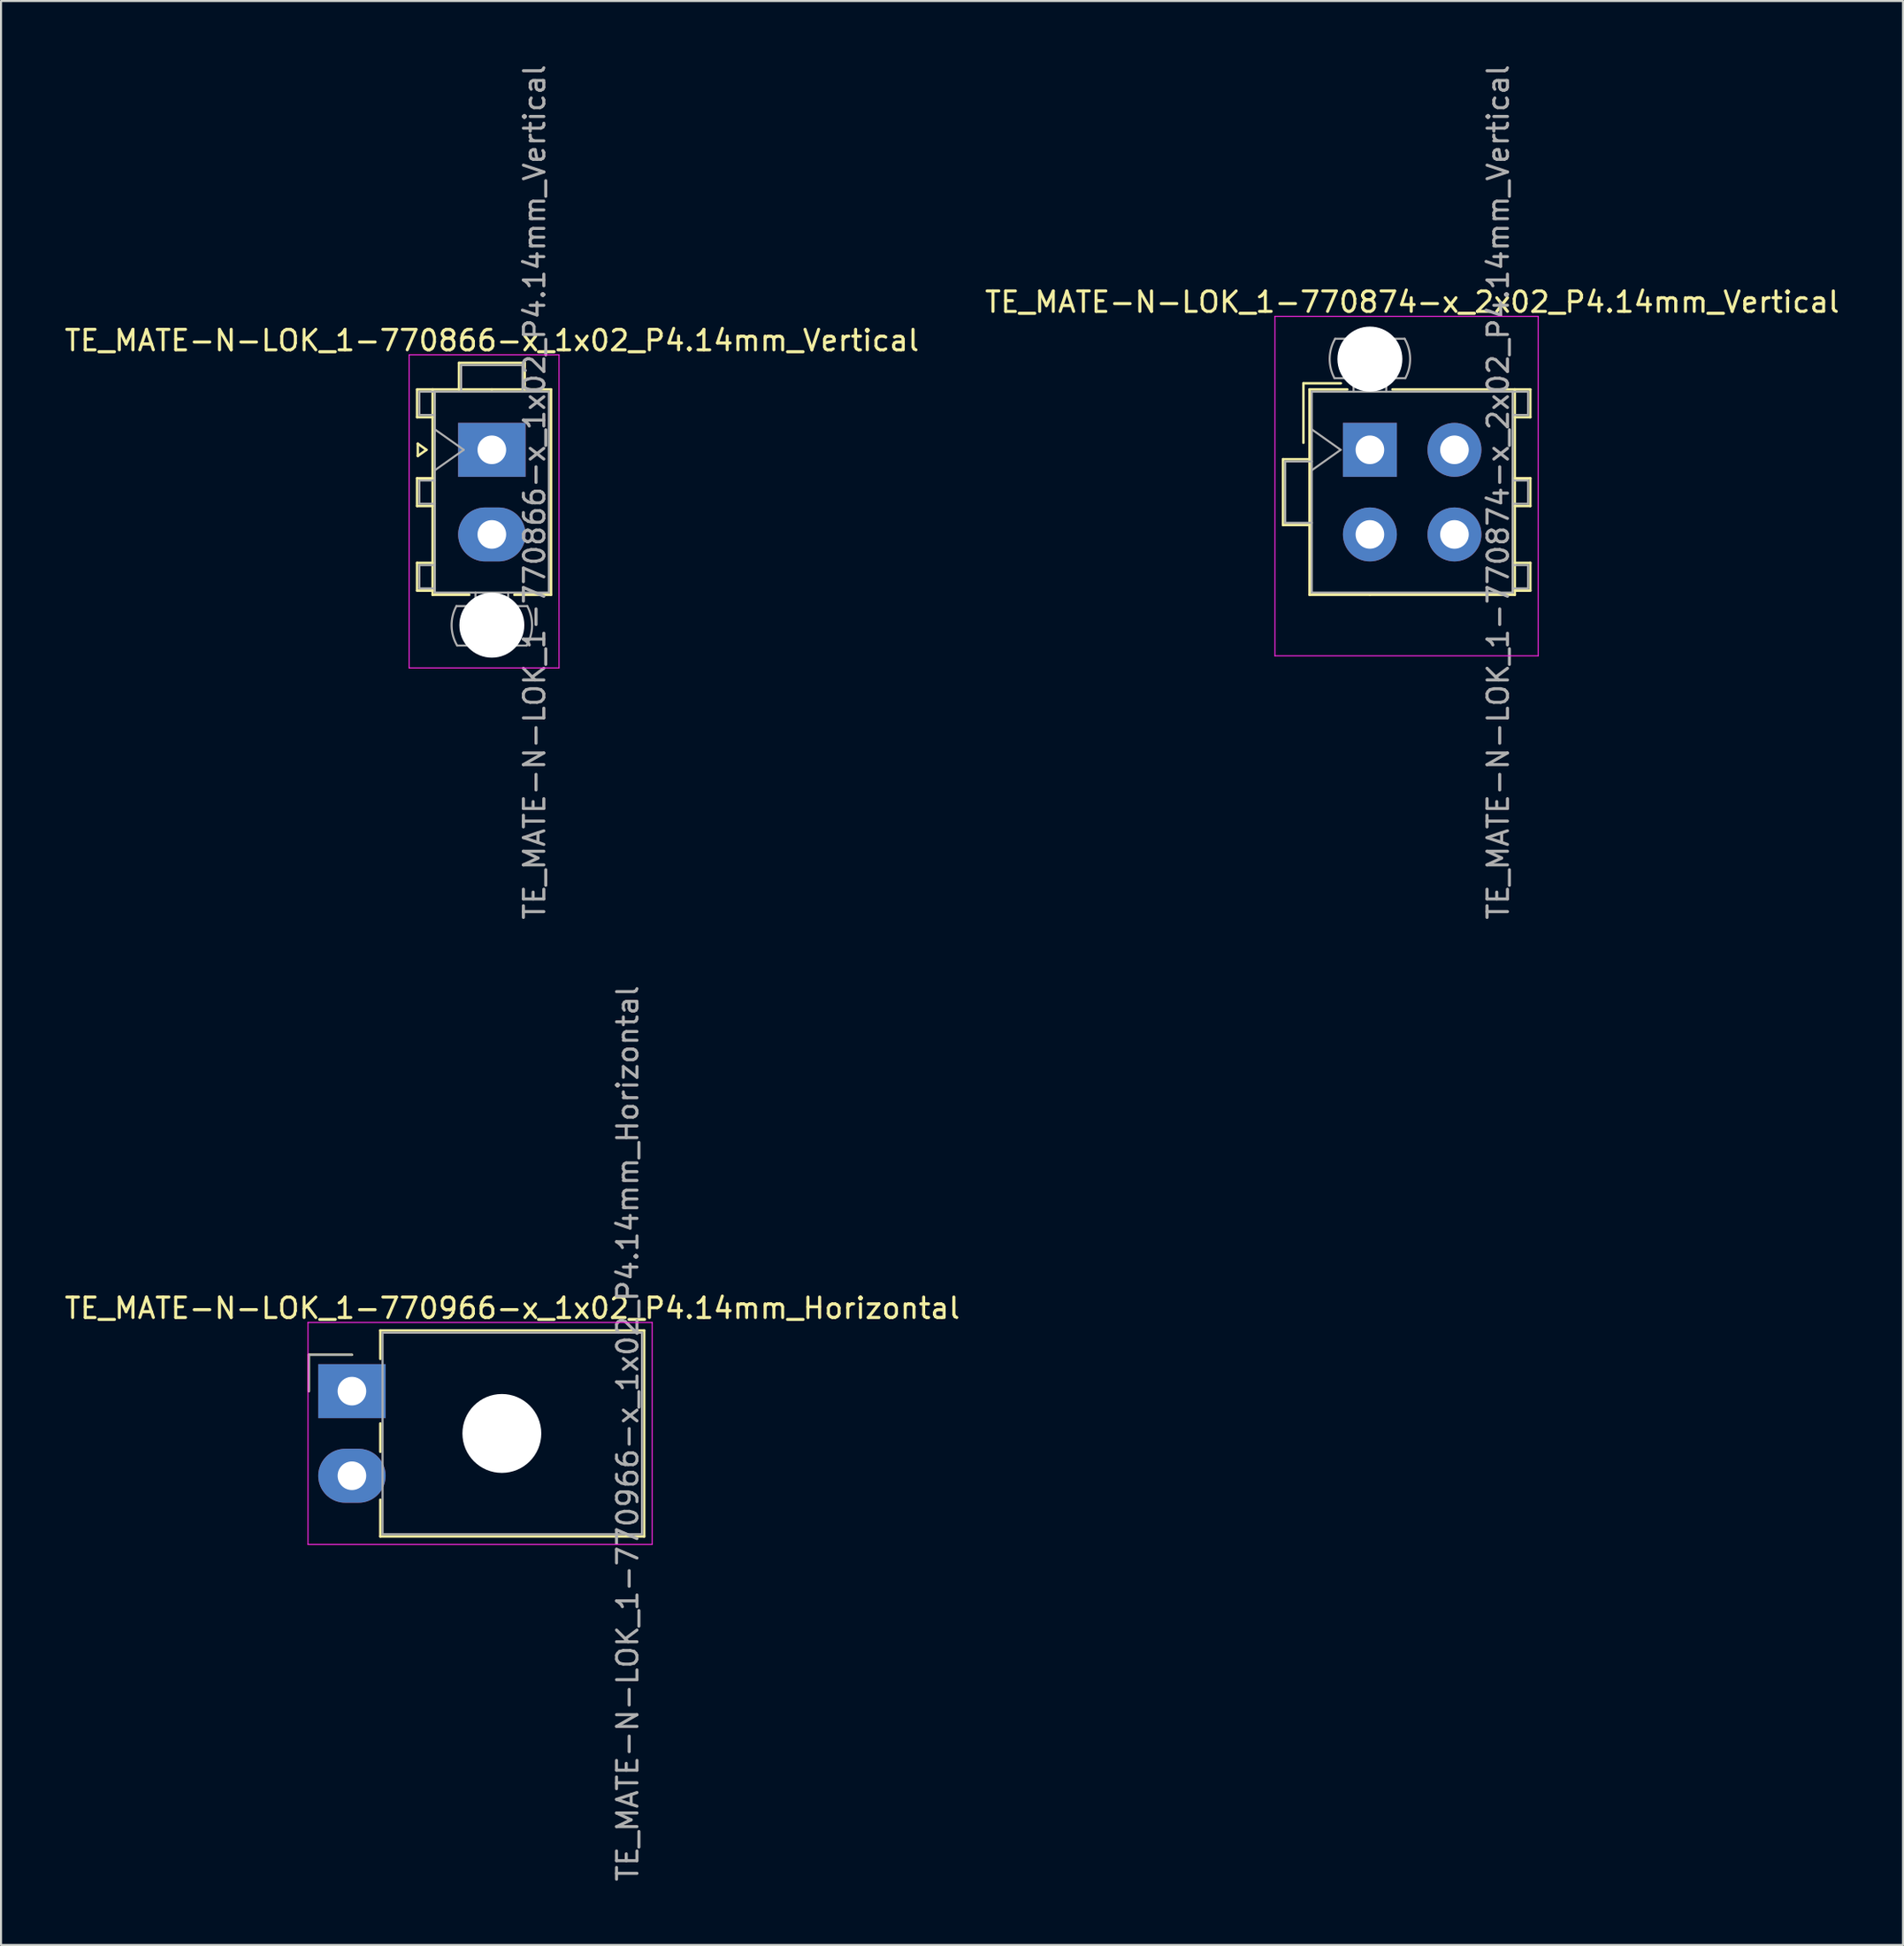
<source format=kicad_pcb>
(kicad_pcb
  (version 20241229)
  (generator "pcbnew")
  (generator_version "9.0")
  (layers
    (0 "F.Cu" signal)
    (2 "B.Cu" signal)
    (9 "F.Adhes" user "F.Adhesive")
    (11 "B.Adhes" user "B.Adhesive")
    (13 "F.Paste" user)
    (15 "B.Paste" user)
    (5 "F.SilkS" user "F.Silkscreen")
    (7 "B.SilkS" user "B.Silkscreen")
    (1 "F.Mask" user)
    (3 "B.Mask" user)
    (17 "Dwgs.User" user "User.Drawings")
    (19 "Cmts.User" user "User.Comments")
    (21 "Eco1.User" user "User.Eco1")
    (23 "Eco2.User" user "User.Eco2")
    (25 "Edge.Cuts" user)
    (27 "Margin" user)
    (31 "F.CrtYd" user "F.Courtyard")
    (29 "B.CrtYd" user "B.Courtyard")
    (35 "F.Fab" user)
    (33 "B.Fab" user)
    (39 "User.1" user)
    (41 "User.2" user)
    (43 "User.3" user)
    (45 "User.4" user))
  (footprint "TE_MATE-N-LOK_1-770874-x_2x02_P4.14mm_Vertical"
    (layer "F.Cu")
    (at 64.019 18.96)
    (property "Reference" "TE_MATE-N-LOK_1-770874-x_2x02_P4.14mm_Vertical" (at 2.07 -7.23 0) (layer "F.SilkS") (effects (font (size 1 1) (thickness 0.15))))
    (attr through_hole)
    (fp_line (start -4.255 0.46) (end -4.255 3.68) (stroke (width 0.12) (type solid)) (layer "F.SilkS"))
    (fp_line (start -4.255 3.68) (end -2.955 3.68) (stroke (width 0.12) (type solid)) (layer "F.SilkS"))
    (fp_line (start -3.255 -3.255) (end -3.255 -0.345) (stroke (width 0.12) (type solid)) (layer "F.SilkS"))
    (fp_line (start -2.955 -2.955) (end -2.955 7.095) (stroke (width 0.12) (type solid)) (layer "F.SilkS"))
    (fp_line (start -2.955 0.46) (end -4.255 0.46) (stroke (width 0.12) (type solid)) (layer "F.SilkS"))
    (fp_line (start -2.955 7.095) (end 0 7.095) (stroke (width 0.12) (type solid)) (layer "F.SilkS"))
    (fp_line (start -1.421 -3.255) (end -3.255 -3.255) (stroke (width 0.12) (type solid)) (layer "F.SilkS"))
    (fp_line (start -1.103 -2.955) (end -2.955 -2.955) (stroke (width 0.12) (type solid)) (layer "F.SilkS"))
    (fp_line (start 1.103 -2.955) (end 7.095 -2.955) (stroke (width 0.12) (type solid)) (layer "F.SilkS"))
    (fp_line (start 7.095 -2.955) (end 7.095 7.095) (stroke (width 0.12) (type solid)) (layer "F.SilkS"))
    (fp_line (start 7.095 -2.955) (end 7.855 -2.955) (stroke (width 0.12) (type solid)) (layer "F.SilkS"))
    (fp_line (start 7.095 1.39) (end 7.855 1.39) (stroke (width 0.12) (type solid)) (layer "F.SilkS"))
    (fp_line (start 7.095 5.53) (end 7.855 5.53) (stroke (width 0.12) (type solid)) (layer "F.SilkS"))
    (fp_line (start 7.095 7.095) (end 0 7.095) (stroke (width 0.12) (type solid)) (layer "F.SilkS"))
    (fp_line (start 7.855 -2.955) (end 7.855 -1.595) (stroke (width 0.12) (type solid)) (layer "F.SilkS"))
    (fp_line (start 7.855 -1.595) (end 7.095 -1.595) (stroke (width 0.12) (type solid)) (layer "F.SilkS"))
    (fp_line (start 7.855 1.39) (end 7.855 2.75) (stroke (width 0.12) (type solid)) (layer "F.SilkS"))
    (fp_line (start 7.855 2.75) (end 7.095 2.75) (stroke (width 0.12) (type solid)) (layer "F.SilkS"))
    (fp_line (start 7.855 5.53) (end 7.855 6.89) (stroke (width 0.12) (type solid)) (layer "F.SilkS"))
    (fp_line (start 7.855 6.89) (end 7.095 6.89) (stroke (width 0.12) (type solid)) (layer "F.SilkS"))
    (fp_line (start -4.65 -6.53) (end -4.65 10.08) (stroke (width 0.05) (type solid)) (layer "F.CrtYd"))
    (fp_line (start -4.65 10.08) (end 8.24 10.08) (stroke (width 0.05) (type solid)) (layer "F.CrtYd"))
    (fp_line (start 8.24 -6.53) (end -4.65 -6.53) (stroke (width 0.05) (type solid)) (layer "F.CrtYd"))
    (fp_line (start 8.24 10.08) (end 8.24 -6.53) (stroke (width 0.05) (type solid)) (layer "F.CrtYd"))
    (fp_line (start -4.145 0.57) (end -4.145 3.57) (stroke (width 0.1) (type solid)) (layer "F.Fab"))
    (fp_line (start -4.145 3.57) (end -2.845 3.57) (stroke (width 0.1) (type solid)) (layer "F.Fab"))
    (fp_line (start -2.845 -2.845) (end -2.845 6.985) (stroke (width 0.1) (type solid)) (layer "F.Fab"))
    (fp_line (start -2.845 -1) (end -1.431 0) (stroke (width 0.1) (type solid)) (layer "F.Fab"))
    (fp_line (start -2.845 0.57) (end -4.145 0.57) (stroke (width 0.1) (type solid)) (layer "F.Fab"))
    (fp_line (start -2.845 6.985) (end 6.985 6.985) (stroke (width 0.1) (type solid)) (layer "F.Fab"))
    (fp_line (start -1.431 0) (end -2.845 1) (stroke (width 0.1) (type solid)) (layer "F.Fab"))
    (fp_line (start -0.8 -2.845) (end -0.8 -3.505) (stroke (width 0.1) (type solid)) (layer "F.Fab"))
    (fp_line (start 0.8 -2.845) (end 0.8 -3.505) (stroke (width 0.1) (type solid)) (layer "F.Fab"))
    (fp_line (start 1.7 -5.436) (end -1.7 -5.436) (stroke (width 0.1) (type solid)) (layer "F.Fab"))
    (fp_line (start 1.734 -3.505) (end -1.734 -3.505) (stroke (width 0.1) (type solid)) (layer "F.Fab"))
    (fp_line (start 6.985 -2.845) (end -2.845 -2.845) (stroke (width 0.1) (type solid)) (layer "F.Fab"))
    (fp_line (start 6.985 -2.845) (end 7.745 -2.845) (stroke (width 0.1) (type solid)) (layer "F.Fab"))
    (fp_line (start 6.985 1.5) (end 7.745 1.5) (stroke (width 0.1) (type solid)) (layer "F.Fab"))
    (fp_line (start 6.985 5.64) (end 7.745 5.64) (stroke (width 0.1) (type solid)) (layer "F.Fab"))
    (fp_line (start 6.985 6.985) (end 6.985 -2.845) (stroke (width 0.1) (type solid)) (layer "F.Fab"))
    (fp_line (start 7.745 -2.845) (end 7.745 -1.705) (stroke (width 0.1) (type solid)) (layer "F.Fab"))
    (fp_line (start 7.745 -1.705) (end 6.985 -1.705) (stroke (width 0.1) (type solid)) (layer "F.Fab"))
    (fp_line (start 7.745 1.5) (end 7.745 2.64) (stroke (width 0.1) (type solid)) (layer "F.Fab"))
    (fp_line (start 7.745 2.64) (end 6.985 2.64) (stroke (width 0.1) (type solid)) (layer "F.Fab"))
    (fp_line (start 7.745 5.64) (end 7.745 6.78) (stroke (width 0.1) (type solid)) (layer "F.Fab"))
    (fp_line (start 7.745 6.78) (end 6.985 6.78) (stroke (width 0.1) (type solid)) (layer "F.Fab"))
    (fp_arc (start -1.733977 -3.505) (mid -1.96969 -4.474992) (end -1.699672 -5.436) (stroke (width 0.1) (type solid)) (layer "F.Fab"))
    (fp_arc (start 1.699672 -5.436) (mid 1.969689 -4.474992) (end 1.733977 -3.505) (stroke (width 0.1) (type solid)) (layer "F.Fab"))
    (fp_text user "${REFERENCE}" (at 6.28 2.07 90) (layer "F.Fab") (effects (font (size 1 1) (thickness 0.15))))
    (pad "" np_thru_hole circle (at 0 -4.44) (size 3.18 3.18) (drill 3.18) (layers "*.Cu" "*.Mask"))
    (pad "1" thru_hole rect (at 0 0) (size 2.64 2.64) (drill 1.4) (layers "*.Cu" "*.Mask"))
    (pad "2" thru_hole circle (at 0 4.14) (size 2.64 2.64) (drill 1.4) (layers "*.Cu" "*.Mask"))
    (pad "3" thru_hole circle (at 4.14 0) (size 2.64 2.64) (drill 1.4) (layers "*.Cu" "*.Mask"))
    (pad "4" thru_hole circle (at 4.14 4.14) (size 2.64 2.64) (drill 1.4) (layers "*.Cu" "*.Mask")))
  (footprint "TE_MATE-N-LOK_1-770966-x_1x02_P4.14mm_Horizontal"
    (layer "F.Cu")
    (at 14.18 65.019)
    (property "Reference" "TE_MATE-N-LOK_1-770966-x_1x02_P4.14mm_Horizontal" (at 7.85 -4.06 0) (layer "F.SilkS") (effects (font (size 1 1) (thickness 0.15))))
    (attr through_hole)
    (fp_line (start -2.11 -1.78) (end -2.11 0) (stroke (width 0.12) (type solid)) (layer "F.SilkS"))
    (fp_line (start 0 -1.78) (end -2.11 -1.78) (stroke (width 0.12) (type solid)) (layer "F.SilkS"))
    (fp_line (start 1.39 -2.97) (end 14.31 -2.97) (stroke (width 0.12) (type solid)) (layer "F.SilkS"))
    (fp_line (start 1.39 -1.58) (end 1.39 -2.97) (stroke (width 0.12) (type solid)) (layer "F.SilkS"))
    (fp_line (start 1.39 1.58) (end 1.39 2.968) (stroke (width 0.12) (type solid)) (layer "F.SilkS"))
    (fp_line (start 1.39 7.11) (end 1.39 5.312) (stroke (width 0.12) (type solid)) (layer "F.SilkS"))
    (fp_line (start 14.31 -2.97) (end 14.31 7.11) (stroke (width 0.12) (type solid)) (layer "F.SilkS"))
    (fp_line (start 14.31 7.11) (end 1.39 7.11) (stroke (width 0.12) (type solid)) (layer "F.SilkS"))
    (fp_line (start -2.15 -3.36) (end -2.15 7.5) (stroke (width 0.05) (type solid)) (layer "F.CrtYd"))
    (fp_line (start -2.15 7.5) (end 14.7 7.5) (stroke (width 0.05) (type solid)) (layer "F.CrtYd"))
    (fp_line (start 14.7 -3.36) (end -2.15 -3.36) (stroke (width 0.05) (type solid)) (layer "F.CrtYd"))
    (fp_line (start 14.7 7.5) (end 14.7 -3.36) (stroke (width 0.05) (type solid)) (layer "F.CrtYd"))
    (fp_line (start -2.11 -1.78) (end -2.11 0) (stroke (width 0.1) (type solid)) (layer "F.Fab"))
    (fp_line (start 0 -1.78) (end -2.11 -1.78) (stroke (width 0.1) (type solid)) (layer "F.Fab"))
    (fp_line (start 1.5 -2.86) (end 1.5 7) (stroke (width 0.1) (type solid)) (layer "F.Fab"))
    (fp_line (start 1.5 7) (end 14.2 7) (stroke (width 0.1) (type solid)) (layer "F.Fab"))
    (fp_line (start 14.2 -2.86) (end 1.5 -2.86) (stroke (width 0.1) (type solid)) (layer "F.Fab"))
    (fp_line (start 14.2 7) (end 14.2 -2.86) (stroke (width 0.1) (type solid)) (layer "F.Fab"))
    (fp_text user "${REFERENCE}" (at 13.5 2.07 90) (layer "F.Fab") (effects (font (size 1 1) (thickness 0.15))))
    (pad "" np_thru_hole circle (at 7.34 2.07) (size 3.86 3.86) (drill 3.86) (layers "*.Cu" "*.Mask"))
    (pad "1" thru_hole rect (at 0 0) (size 3.3 2.64) (drill 1.4) (layers "*.Cu" "*.Mask"))
    (pad "2" thru_hole oval (at 0 4.14) (size 3.3 2.64) (drill 1.4) (layers "*.Cu" "*.Mask")))
  (footprint "TE_MATE-N-LOK_1-770866-x_1x02_P4.14mm_Vertical"
    (layer "F.Cu")
    (at 21.03 18.96)
    (property "Reference" "TE_MATE-N-LOK_1-770866-x_1x02_P4.14mm_Vertical" (at 0 -5.35 0) (layer "F.SilkS") (effects (font (size 1 1) (thickness 0.15))))
    (attr through_hole)
    (fp_line (start -3.66 -2.955) (end -3.66 -1.595) (stroke (width 0.12) (type solid)) (layer "F.SilkS"))
    (fp_line (start -3.66 -1.595) (end -2.9 -1.595) (stroke (width 0.12) (type solid)) (layer "F.SilkS"))
    (fp_line (start -3.66 1.39) (end -3.66 2.75) (stroke (width 0.12) (type solid)) (layer "F.SilkS"))
    (fp_line (start -3.66 2.75) (end -2.9 2.75) (stroke (width 0.12) (type solid)) (layer "F.SilkS"))
    (fp_line (start -3.66 5.53) (end -3.66 6.89) (stroke (width 0.12) (type solid)) (layer "F.SilkS"))
    (fp_line (start -3.66 6.89) (end -2.9 6.89) (stroke (width 0.12) (type solid)) (layer "F.SilkS"))
    (fp_line (start -3.624 -0.3) (end -3.2 0) (stroke (width 0.12) (type solid)) (layer "F.SilkS"))
    (fp_line (start -3.624 0.3) (end -3.624 -0.3) (stroke (width 0.12) (type solid)) (layer "F.SilkS"))
    (fp_line (start -3.2 0) (end -3.624 0.3) (stroke (width 0.12) (type solid)) (layer "F.SilkS"))
    (fp_line (start -2.9 -2.955) (end -3.66 -2.955) (stroke (width 0.12) (type solid)) (layer "F.SilkS"))
    (fp_line (start -2.9 -2.955) (end -2.9 7.095) (stroke (width 0.12) (type solid)) (layer "F.SilkS"))
    (fp_line (start -2.9 1.39) (end -3.66 1.39) (stroke (width 0.12) (type solid)) (layer "F.SilkS"))
    (fp_line (start -2.9 5.53) (end -3.66 5.53) (stroke (width 0.12) (type solid)) (layer "F.SilkS"))
    (fp_line (start -2.9 7.095) (end -1.103 7.095) (stroke (width 0.12) (type solid)) (layer "F.SilkS"))
    (fp_line (start -1.61 -4.255) (end 1.61 -4.255) (stroke (width 0.12) (type solid)) (layer "F.SilkS"))
    (fp_line (start -1.61 -2.955) (end -1.61 -4.255) (stroke (width 0.12) (type solid)) (layer "F.SilkS"))
    (fp_line (start 0 -2.955) (end -2.9 -2.955) (stroke (width 0.12) (type solid)) (layer "F.SilkS"))
    (fp_line (start 0 -2.955) (end 2.9 -2.955) (stroke (width 0.12) (type solid)) (layer "F.SilkS"))
    (fp_line (start 1.61 -4.255) (end 1.61 -2.955) (stroke (width 0.12) (type solid)) (layer "F.SilkS"))
    (fp_line (start 2.9 -2.955) (end 2.9 7.095) (stroke (width 0.12) (type solid)) (layer "F.SilkS"))
    (fp_line (start 2.9 7.095) (end 1.103 7.095) (stroke (width 0.12) (type solid)) (layer "F.SilkS"))
    (fp_line (start -4.05 -4.65) (end -4.05 10.67) (stroke (width 0.05) (type solid)) (layer "F.CrtYd"))
    (fp_line (start -4.05 10.67) (end 3.29 10.67) (stroke (width 0.05) (type solid)) (layer "F.CrtYd"))
    (fp_line (start 3.29 -4.65) (end -4.05 -4.65) (stroke (width 0.05) (type solid)) (layer "F.CrtYd"))
    (fp_line (start 3.29 10.67) (end 3.29 -4.65) (stroke (width 0.05) (type solid)) (layer "F.CrtYd"))
    (fp_line (start -3.55 -2.845) (end -3.55 -1.705) (stroke (width 0.1) (type solid)) (layer "F.Fab"))
    (fp_line (start -3.55 -1.705) (end -2.79 -1.705) (stroke (width 0.1) (type solid)) (layer "F.Fab"))
    (fp_line (start -3.55 1.5) (end -3.55 2.64) (stroke (width 0.1) (type solid)) (layer "F.Fab"))
    (fp_line (start -3.55 2.64) (end -2.79 2.64) (stroke (width 0.1) (type solid)) (layer "F.Fab"))
    (fp_line (start -3.55 5.64) (end -3.55 6.78) (stroke (width 0.1) (type solid)) (layer "F.Fab"))
    (fp_line (start -3.55 6.78) (end -2.79 6.78) (stroke (width 0.1) (type solid)) (layer "F.Fab"))
    (fp_line (start -2.79 -2.845) (end -3.55 -2.845) (stroke (width 0.1) (type solid)) (layer "F.Fab"))
    (fp_line (start -2.79 -2.845) (end -2.79 6.985) (stroke (width 0.1) (type solid)) (layer "F.Fab"))
    (fp_line (start -2.79 -1) (end -1.376 0) (stroke (width 0.1) (type solid)) (layer "F.Fab"))
    (fp_line (start -2.79 1.5) (end -3.55 1.5) (stroke (width 0.1) (type solid)) (layer "F.Fab"))
    (fp_line (start -2.79 5.64) (end -3.55 5.64) (stroke (width 0.1) (type solid)) (layer "F.Fab"))
    (fp_line (start -2.79 6.985) (end 2.79 6.985) (stroke (width 0.1) (type solid)) (layer "F.Fab"))
    (fp_line (start -1.5 -4.145) (end 1.5 -4.145) (stroke (width 0.1) (type solid)) (layer "F.Fab"))
    (fp_line (start -1.5 -2.845) (end -1.5 -4.145) (stroke (width 0.1) (type solid)) (layer "F.Fab"))
    (fp_line (start -1.376 0) (end -2.79 1) (stroke (width 0.1) (type solid)) (layer "F.Fab"))
    (fp_line (start -0.8 6.985) (end -0.8 7.645) (stroke (width 0.1) (type solid)) (layer "F.Fab"))
    (fp_line (start 0.8 6.985) (end 0.8 7.645) (stroke (width 0.1) (type solid)) (layer "F.Fab"))
    (fp_line (start 1.5 -4.145) (end 1.5 -2.845) (stroke (width 0.1) (type solid)) (layer "F.Fab"))
    (fp_line (start 1.7 9.576) (end -1.7 9.576) (stroke (width 0.1) (type solid)) (layer "F.Fab"))
    (fp_line (start 1.734 7.645) (end -1.734 7.645) (stroke (width 0.1) (type solid)) (layer "F.Fab"))
    (fp_line (start 2.79 -2.845) (end -2.79 -2.845) (stroke (width 0.1) (type solid)) (layer "F.Fab"))
    (fp_line (start 2.79 6.985) (end 2.79 -2.845) (stroke (width 0.1) (type solid)) (layer "F.Fab"))
    (fp_arc (start -1.699672 9.576) (mid -1.969689 8.614992) (end -1.733977 7.645) (stroke (width 0.1) (type solid)) (layer "F.Fab"))
    (fp_arc (start 1.733977 7.645) (mid 1.96969 8.614992) (end 1.699672 9.576) (stroke (width 0.1) (type solid)) (layer "F.Fab"))
    (fp_text user "${REFERENCE}" (at 2.09 2.07 90) (layer "F.Fab") (effects (font (size 1 1) (thickness 0.15))))
    (pad "" np_thru_hole circle (at 0 8.58) (size 3.18 3.18) (drill 3.18) (layers "*.Cu" "*.Mask"))
    (pad "1" thru_hole rect (at 0 0) (size 3.3 2.64) (drill 1.4) (layers "*.Cu" "*.Mask"))
    (pad "2" thru_hole oval (at 0 4.14) (size 3.3 2.64) (drill 1.4) (layers "*.Cu" "*.Mask")))
  (gr_rect
    (start -3 -3)
    (end 90.119 92.119)
    (stroke (width 0.1) (type default))
    (fill no)
    (layer "Edge.Cuts")))
</source>
